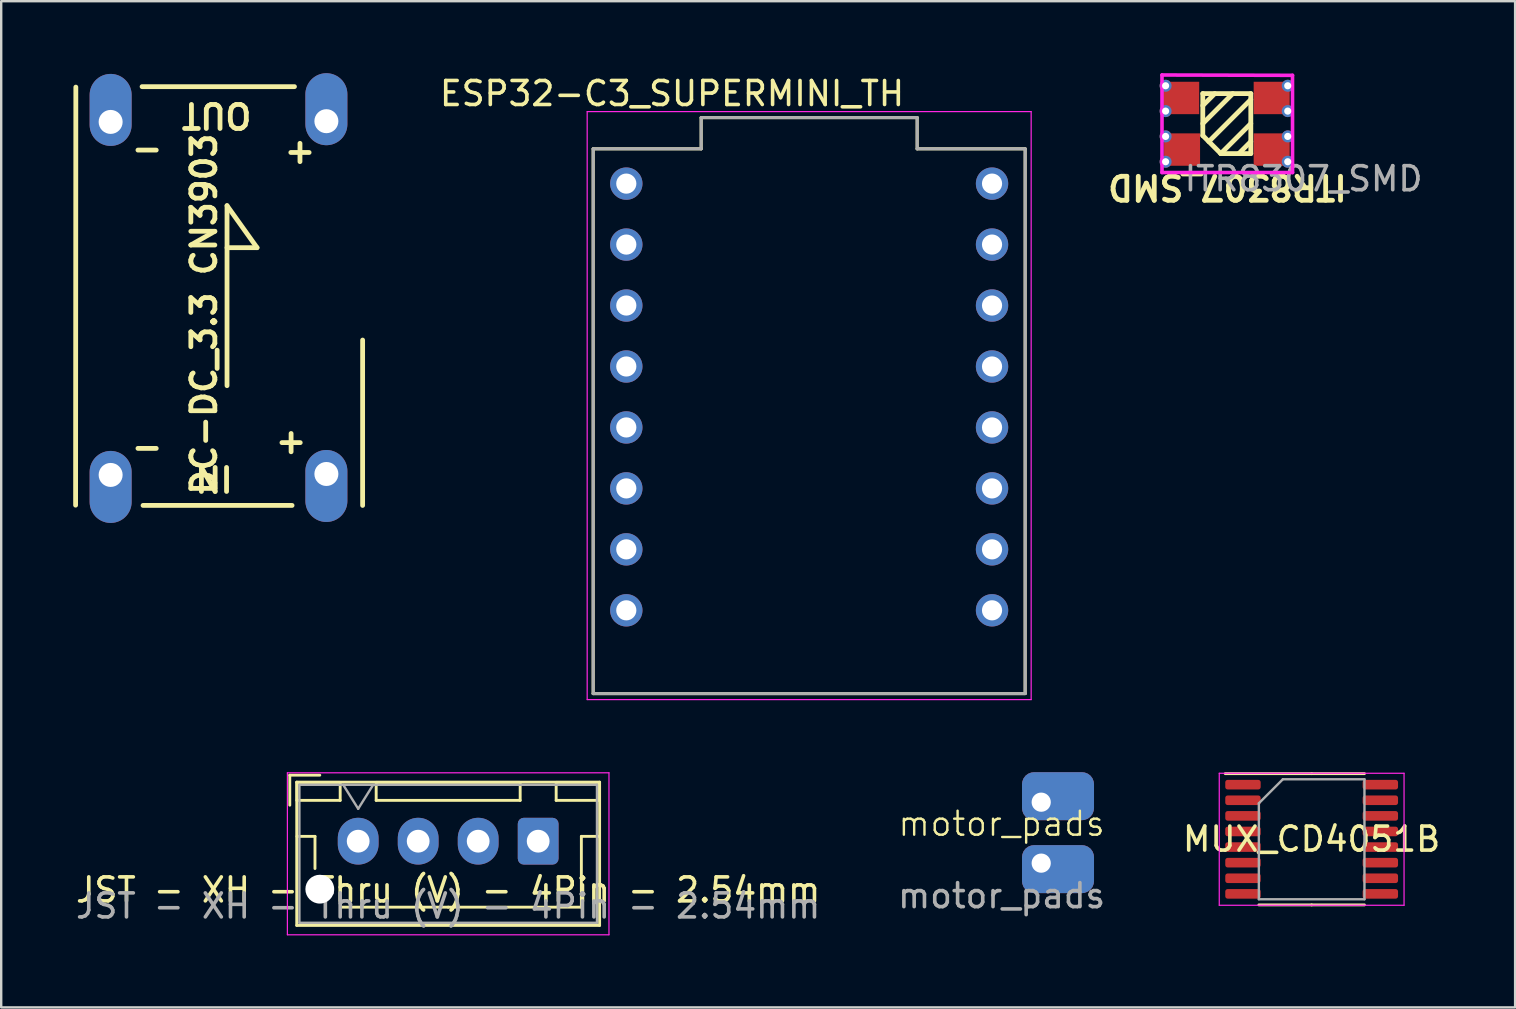
<source format=kicad_pcb>
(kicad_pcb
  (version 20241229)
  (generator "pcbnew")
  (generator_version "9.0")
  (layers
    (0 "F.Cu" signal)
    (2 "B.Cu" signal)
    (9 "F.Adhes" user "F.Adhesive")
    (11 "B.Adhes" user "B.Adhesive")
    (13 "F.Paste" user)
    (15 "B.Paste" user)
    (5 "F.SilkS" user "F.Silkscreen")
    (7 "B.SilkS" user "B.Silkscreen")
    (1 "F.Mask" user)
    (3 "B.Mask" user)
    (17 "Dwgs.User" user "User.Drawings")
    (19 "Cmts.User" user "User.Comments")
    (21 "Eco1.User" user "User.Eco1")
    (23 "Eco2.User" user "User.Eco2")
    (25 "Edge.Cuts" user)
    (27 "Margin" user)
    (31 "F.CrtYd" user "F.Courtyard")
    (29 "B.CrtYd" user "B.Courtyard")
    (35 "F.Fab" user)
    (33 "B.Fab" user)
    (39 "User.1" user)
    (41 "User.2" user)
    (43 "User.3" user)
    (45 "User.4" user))
  (footprint "JST - XH - Thru (V) - 4Pin - 2.54mm"
    (layer "F.Cu")
    (at 11.875 32.001)
    (property "Reference" "JST - XH - Thru (V) - 4Pin - 2.54mm" (at 3.75 2.032 0) (layer "F.SilkS") (effects (font (size 1 1) (thickness 0.15))))
    (attr through_hole)
    (fp_line (start -2.85 -2.75) (end -2.85 -1.5) (stroke (width 0.12) (type solid)) (layer "F.SilkS"))
    (fp_line (start -2.56 -2.46) (end -2.56 3.51) (stroke (width 0.12) (type solid)) (layer "F.SilkS"))
    (fp_line (start -2.56 3.51) (end 10.06 3.51) (stroke (width 0.12) (type solid)) (layer "F.SilkS"))
    (fp_line (start -2.55 -2.45) (end -2.55 -1.7) (stroke (width 0.12) (type solid)) (layer "F.SilkS"))
    (fp_line (start -2.55 -1.7) (end -0.75 -1.7) (stroke (width 0.12) (type solid)) (layer "F.SilkS"))
    (fp_line (start -2.55 -0.2) (end -1.8 -0.2) (stroke (width 0.12) (type solid)) (layer "F.SilkS"))
    (fp_line (start -1.8 -0.2) (end -1.8 1.14) (stroke (width 0.12) (type solid)) (layer "F.SilkS"))
    (fp_line (start -1.6 -2.75) (end -2.85 -2.75) (stroke (width 0.12) (type solid)) (layer "F.SilkS"))
    (fp_line (start -0.75 -2.45) (end -2.55 -2.45) (stroke (width 0.12) (type solid)) (layer "F.SilkS"))
    (fp_line (start -0.75 -1.7) (end -0.75 -2.45) (stroke (width 0.12) (type solid)) (layer "F.SilkS"))
    (fp_line (start 0.75 -2.45) (end 0.75 -1.7) (stroke (width 0.12) (type solid)) (layer "F.SilkS"))
    (fp_line (start 0.75 -1.7) (end 6.75 -1.7) (stroke (width 0.12) (type solid)) (layer "F.SilkS"))
    (fp_line (start 3.75 2.75) (end -0.74 2.75) (stroke (width 0.12) (type solid)) (layer "F.SilkS"))
    (fp_line (start 6.75 -2.45) (end 0.75 -2.45) (stroke (width 0.12) (type solid)) (layer "F.SilkS"))
    (fp_line (start 6.75 -1.7) (end 6.75 -2.45) (stroke (width 0.12) (type solid)) (layer "F.SilkS"))
    (fp_line (start 8.25 -2.45) (end 8.25 -1.7) (stroke (width 0.12) (type solid)) (layer "F.SilkS"))
    (fp_line (start 8.25 -1.7) (end 10.05 -1.7) (stroke (width 0.12) (type solid)) (layer "F.SilkS"))
    (fp_line (start 9.3 -0.2) (end 9.3 2.75) (stroke (width 0.12) (type solid)) (layer "F.SilkS"))
    (fp_line (start 9.3 2.75) (end 3.75 2.75) (stroke (width 0.12) (type solid)) (layer "F.SilkS"))
    (fp_line (start 10.05 -2.45) (end 8.25 -2.45) (stroke (width 0.12) (type solid)) (layer "F.SilkS"))
    (fp_line (start 10.05 -1.7) (end 10.05 -2.45) (stroke (width 0.12) (type solid)) (layer "F.SilkS"))
    (fp_line (start 10.05 -0.2) (end 9.3 -0.2) (stroke (width 0.12) (type solid)) (layer "F.SilkS"))
    (fp_line (start 10.06 -2.46) (end -2.56 -2.46) (stroke (width 0.12) (type solid)) (layer "F.SilkS"))
    (fp_line (start 10.06 3.51) (end 10.06 -2.46) (stroke (width 0.12) (type solid)) (layer "F.SilkS"))
    (fp_line (start -2.95 -2.85) (end -2.95 3.9) (stroke (width 0.05) (type solid)) (layer "F.CrtYd"))
    (fp_line (start -2.95 3.9) (end 10.45 3.9) (stroke (width 0.05) (type solid)) (layer "F.CrtYd"))
    (fp_line (start 10.45 -2.85) (end -2.95 -2.85) (stroke (width 0.05) (type solid)) (layer "F.CrtYd"))
    (fp_line (start 10.45 3.9) (end 10.45 -2.85) (stroke (width 0.05) (type solid)) (layer "F.CrtYd"))
    (fp_line (start -2.45 -2.35) (end -2.45 3.4) (stroke (width 0.1) (type solid)) (layer "F.Fab"))
    (fp_line (start -2.45 3.4) (end 9.95 3.4) (stroke (width 0.1) (type solid)) (layer "F.Fab"))
    (fp_line (start -0.625 -2.35) (end 0 -1.35) (stroke (width 0.1) (type solid)) (layer "F.Fab"))
    (fp_line (start 0 -1.35) (end 0.625 -2.35) (stroke (width 0.1) (type solid)) (layer "F.Fab"))
    (fp_line (start 9.95 -2.35) (end -2.45 -2.35) (stroke (width 0.1) (type solid)) (layer "F.Fab"))
    (fp_line (start 9.95 3.4) (end 9.95 -2.35) (stroke (width 0.1) (type solid)) (layer "F.Fab"))
    (fp_text user "${REFERENCE}" (at 3.75 2.7 0) (layer "F.Fab") (effects (font (size 1 1) (thickness 0.15))))
    (pad "" np_thru_hole circle (at -1.6 2) (size 1.2 1.2) (drill 1.2) (layers "*.Cu" "*.Mask"))
    (pad "1" thru_hole roundrect (at 7.5 0) (size 1.7 1.95) (drill 0.95) (layers "*.Cu" "*.Mask") (roundrect_rratio 0.147))
    (pad "2" thru_hole oval (at 5 0) (size 1.7 1.95) (drill 0.95) (layers "*.Cu" "*.Mask"))
    (pad "3" thru_hole oval (at 2.5 0) (size 1.7 1.95) (drill 0.95) (layers "*.Cu" "*.Mask"))
    (pad "4" thru_hole oval (at 0 0) (size 1.7 1.95) (drill 0.95) (layers "*.Cu" "*.Mask")))
  (footprint "DC-DC_3.3 CN3903"
    (layer "F.Cu")
    (at 6.11 9.72)
    (property "Reference" "DC-DC_3.3 CN3903" (at -0.66 0.32 90) (unlocked yes) (layer "F.SilkS") (effects (font (size 1 1) (thickness 0.2) (bold yes))))
    (attr through_hole)
    (fp_line (start -6.01 8.28) (end -6 -9.14) (stroke (width 0.2) (type default)) (layer "F.SilkS"))
    (fp_line (start -3.24 -9.16) (end 3.11 -9.16) (stroke (width 0.2) (type default)) (layer "F.SilkS"))
    (fp_line (start 0.3 -2.45) (end 1.55 -2.45) (stroke (width 0.2) (type default)) (layer "F.SilkS"))
    (fp_line (start 0.3 3.3) (end 0.3 -4.2) (stroke (width 0.2) (type default)) (layer "F.SilkS"))
    (fp_line (start 1.55 -2.45) (end 0.3 -4.2) (stroke (width 0.2) (type default)) (layer "F.SilkS"))
    (fp_line (start 3.01 8.29) (end -3.2 8.29) (stroke (width 0.2) (type default)) (layer "F.SilkS"))
    (fp_line (start 5.95 1.4) (end 5.95 8.29) (stroke (width 0.2) (type default)) (layer "F.SilkS"))
    (fp_text user "+" (at 3.72 5.16 180) (unlocked yes) (layer "F.SilkS") (effects (font (size 1 1) (thickness 0.2) (bold yes)) (justify left bottom)))
    (fp_text user "-" (at -2.28 5.4 180) (unlocked yes) (layer "F.SilkS") (effects (font (size 1 1) (thickness 0.2) (bold yes)) (justify left bottom)))
    (fp_text user "+" (at 4.09 -6.93 180) (unlocked yes) (layer "F.SilkS") (effects (font (size 1 1) (thickness 0.2) (bold yes)) (justify left bottom)))
    (fp_text user "IN" (at 0.65 6.575 180) (unlocked yes) (layer "F.SilkS") (effects (font (size 1 1) (thickness 0.2) (bold yes)) (justify left bottom)))
    (fp_text user "-" (at -2.28 -7.03 180) (unlocked yes) (layer "F.SilkS") (effects (font (size 1 1) (thickness 0.2) (bold yes)) (justify left bottom)))
    (fp_text user "OUT" (at 1.425 -8.55 180) (unlocked yes) (layer "F.SilkS") (effects (font (size 1 1) (thickness 0.2) (bold yes)) (justify left bottom)))
    (pad "1" thru_hole oval (at 4.44 6.98) (size 1.75 3) (drill 1 (offset 0 0.5)) (layers "*.Cu" "*.Mask"))
    (pad "2" thru_hole oval (at -4.55 7.02) (size 1.75 3) (drill 1 (offset 0 0.5)) (layers "*.Cu" "*.Mask"))
    (pad "3" thru_hole oval (at 4.44 -7.72 180) (size 1.75 3) (drill 1 (offset 0 0.5)) (layers "*.Cu" "*.Mask"))
    (pad "4" thru_hole oval (at -4.55 -7.69 180) (size 1.75 3) (drill 1 (offset 0 0.5)) (layers "*.Cu" "*.Mask")))
  (footprint "ESP32-C3_SUPERMINI_TH"
    (layer "F.Cu")
    (at 30.667 14.501)
    (property "Reference" "ESP32-C3_SUPERMINI_TH" (at -5.715 -13.652 0) (layer "F.SilkS") (effects (font (size 1 1) (thickness 0.15))))
    (attr through_hole)
    (fp_line (start -9 11.35) (end -9 -11.35) (stroke (width 0.127) (type solid)) (layer "F.SilkS"))
    (fp_line (start -4.5 -12.65) (end -4.5 -11.35) (stroke (width 0.127) (type solid)) (layer "F.SilkS"))
    (fp_line (start -4.5 -11.35) (end -9 -11.35) (stroke (width 0.127) (type solid)) (layer "F.SilkS"))
    (fp_line (start 4.5 -12.65) (end -4.5 -12.65) (stroke (width 0.127) (type solid)) (layer "F.SilkS"))
    (fp_line (start 4.5 -12.65) (end 4.5 -11.35) (stroke (width 0.127) (type solid)) (layer "F.SilkS"))
    (fp_line (start 9 -11.35) (end 4.5 -11.35) (stroke (width 0.127) (type solid)) (layer "F.SilkS"))
    (fp_line (start 9 11.35) (end -9 11.35) (stroke (width 0.127) (type solid)) (layer "F.SilkS"))
    (fp_line (start 9 11.35) (end 9 -11.35) (stroke (width 0.127) (type solid)) (layer "F.SilkS"))
    (fp_line (start -9.25 -12.9) (end 9.25 -12.9) (stroke (width 0.05) (type solid)) (layer "F.CrtYd"))
    (fp_line (start -9.25 11.6) (end -9.25 -12.9) (stroke (width 0.05) (type solid)) (layer "F.CrtYd"))
    (fp_line (start 9.25 -12.9) (end 9.25 11.6) (stroke (width 0.05) (type solid)) (layer "F.CrtYd"))
    (fp_line (start 9.25 11.6) (end -9.25 11.6) (stroke (width 0.05) (type solid)) (layer "F.CrtYd"))
    (fp_line (start -9 11.35) (end -9 -11.35) (stroke (width 0.127) (type solid)) (layer "F.Fab"))
    (fp_line (start -4.5 -12.65) (end -4.5 -11.35) (stroke (width 0.127) (type solid)) (layer "F.Fab"))
    (fp_line (start -4.5 -11.35) (end -9 -11.35) (stroke (width 0.127) (type solid)) (layer "F.Fab"))
    (fp_line (start 4.5 -12.65) (end -4.5 -12.65) (stroke (width 0.127) (type solid)) (layer "F.Fab"))
    (fp_line (start 4.5 -12.65) (end 4.5 -11.35) (stroke (width 0.127) (type solid)) (layer "F.Fab"))
    (fp_line (start 9 -11.35) (end 4.5 -11.35) (stroke (width 0.127) (type solid)) (layer "F.Fab"))
    (fp_line (start 9 11.35) (end -9 11.35) (stroke (width 0.127) (type solid)) (layer "F.Fab"))
    (fp_line (start 9 11.35) (end 9 -11.35) (stroke (width 0.127) (type solid)) (layer "F.Fab"))
    (pad "0" thru_hole circle (at 7.62 7.88) (size 1.348 1.348) (drill 0.84) (layers "*.Cu" "*.Mask"))
    (pad "1" thru_hole circle (at 7.62 5.34) (size 1.348 1.348) (drill 0.84) (layers "*.Cu" "*.Mask"))
    (pad "2" thru_hole circle (at 7.62 2.8) (size 1.348 1.348) (drill 0.84) (layers "*.Cu" "*.Mask"))
    (pad "3" thru_hole circle (at 7.62 0.26) (size 1.348 1.348) (drill 0.84) (layers "*.Cu" "*.Mask"))
    (pad "3.3" thru_hole circle (at 7.62 -4.82) (size 1.348 1.348) (drill 0.84) (layers "*.Cu" "*.Mask"))
    (pad "4" thru_hole circle (at 7.62 -2.28) (size 1.348 1.348) (drill 0.84) (layers "*.Cu" "*.Mask"))
    (pad "5" thru_hole circle (at -7.62 -9.9) (size 1.348 1.348) (drill 0.84) (layers "*.Cu" "*.Mask"))
    (pad "5V" thru_hole circle (at 7.62 -9.9) (size 1.348 1.348) (drill 0.84) (layers "*.Cu" "*.Mask"))
    (pad "6" thru_hole circle (at -7.62 -7.36) (size 1.348 1.348) (drill 0.84) (layers "*.Cu" "*.Mask"))
    (pad "7" thru_hole circle (at -7.62 -4.82) (size 1.348 1.348) (drill 0.84) (layers "*.Cu" "*.Mask"))
    (pad "8" thru_hole circle (at -7.62 -2.28) (size 1.348 1.348) (drill 0.84) (layers "*.Cu" "*.Mask"))
    (pad "9" thru_hole circle (at -7.62 0.26) (size 1.348 1.348) (drill 0.84) (layers "*.Cu" "*.Mask"))
    (pad "10" thru_hole circle (at -7.62 2.8) (size 1.348 1.348) (drill 0.84) (layers "*.Cu" "*.Mask"))
    (pad "20" thru_hole circle (at -7.62 5.34) (size 1.348 1.348) (drill 0.84) (layers "*.Cu" "*.Mask"))
    (pad "21" thru_hole circle (at -7.62 7.88) (size 1.348 1.348) (drill 0.84) (layers "*.Cu" "*.Mask"))
    (pad "G" thru_hole circle (at 7.62 -7.36) (size 1.348 1.348) (drill 0.84) (layers "*.Cu" "*.Mask")))
  (footprint "ITR8307_SMD"
    (layer "F.Cu")
    (at 48.069 2.099)
    (property "Reference" "ITR8307_SMD" (at 0.025 2.649 180) (unlocked yes) (layer "F.SilkS") (effects (font (size 1 1) (thickness 0.2) (bold yes))))
    (attr smd)
    (fp_line (start -1 -1.25) (end 1 -1.25) (stroke (width 0.2) (type default)) (layer "F.SilkS"))
    (fp_line (start -1 -0.75) (end -0.5 -1.25) (stroke (width 0.2) (type default)) (layer "F.SilkS"))
    (fp_line (start -1 0) (end 0.25 -1.25) (stroke (width 0.2) (type default)) (layer "F.SilkS"))
    (fp_line (start -1 0.5) (end -1 -1.25) (stroke (width 0.2) (type default)) (layer "F.SilkS"))
    (fp_line (start -0.75 0.75) (end 1 -1) (stroke (width 0.2) (type default)) (layer "F.SilkS"))
    (fp_line (start -0.25 1.25) (end -1 0.5) (stroke (width 0.2) (type default)) (layer "F.SilkS"))
    (fp_line (start 0.5 1.25) (end 1 0.75) (stroke (width 0.2) (type default)) (layer "F.SilkS"))
    (fp_line (start 1 -1.25) (end 1 1.25) (stroke (width 0.2) (type default)) (layer "F.SilkS"))
    (fp_line (start 1 0) (end -0.25 1.25) (stroke (width 0.2) (type default)) (layer "F.SilkS"))
    (fp_line (start 1 1.25) (end -0.25 1.25) (stroke (width 0.2) (type default)) (layer "F.SilkS"))
    (fp_line (start -2.7 -2.024) (end 2.738 -2.01) (stroke (width 0.15) (type solid)) (layer "F.CrtYd"))
    (fp_line (start -2.7 2.04) (end -2.7 -2.024) (stroke (width 0.15) (type solid)) (layer "F.CrtYd"))
    (fp_line (start 2.738 -2.01) (end 2.74 2.04) (stroke (width 0.15) (type solid)) (layer "F.CrtYd"))
    (fp_line (start 2.74 2.04) (end -2.7 2.04) (stroke (width 0.15) (type solid)) (layer "F.CrtYd"))
    (fp_text user "${REFERENCE}" (at 3.2 2.3 0) (unlocked yes) (layer "F.Fab") (effects (font (size 1 1) (thickness 0.15))))
    (pad "1" thru_hole circle (at -2.55 0.535 180) (size 0.5 0.5) (drill 0.3) (layers "*.Cu" "*.Mask"))
    (pad "1" thru_hole circle (at -2.55 1.59 180) (size 0.5 0.5) (drill 0.3) (layers "*.Cu" "*.Mask"))
    (pad "1" smd rect (at -1.864 1.083 180) (size 1.5 1.35) (layers "F.Cu" "F.Mask" "F.Paste"))
    (pad "2" smd rect (at 1.87 1.083 180) (size 1.5 1.35) (layers "F.Cu" "F.Mask" "F.Paste"))
    (pad "2" thru_hole circle (at 2.54 0.535 180) (size 0.5 0.5) (drill 0.3) (layers "*.Cu" "*.Mask"))
    (pad "2" thru_hole circle (at 2.54 1.59 180) (size 0.5 0.5) (drill 0.3) (layers "*.Cu" "*.Mask"))
    (pad "3" smd rect (at 1.87 -1.067 180) (size 1.5 1.35) (layers "F.Cu" "F.Mask" "F.Paste"))
    (pad "3" thru_hole circle (at 2.54 -1.575 180) (size 0.5 0.5) (drill 0.3) (layers "*.Cu" "*.Mask"))
    (pad "3" thru_hole circle (at 2.54 -0.52 180) (size 0.5 0.5) (drill 0.3) (layers "*.Cu" "*.Mask"))
    (pad "4" thru_hole circle (at -2.55 -1.575 180) (size 0.5 0.5) (drill 0.3) (layers "*.Cu" "*.Mask"))
    (pad "4" thru_hole circle (at -2.55 -0.52 180) (size 0.5 0.5) (drill 0.3) (layers "*.Cu" "*.Mask"))
    (pad "4" smd rect (at -1.9 -1.067 180) (size 1.5 1.35) (layers "F.Cu" "F.Mask" "F.Paste")))
  (footprint "motor_pads"
    (layer "F.Cu")
    (at 38.685 31.773)
    (property "Reference" "motor_pads" (at 0 -0.5 0) (unlocked yes) (layer "F.SilkS") (effects (font (size 1 1) (thickness 0.1))))
    (attr through_hole)
    (fp_text user "${REFERENCE}" (at 0 2.5 0) (unlocked yes) (layer "F.Fab") (effects (font (size 1 1) (thickness 0.15))))
    (pad "1" thru_hole roundrect (at 1.651 -1.397) (size 3 2) (drill 0.8 (offset 0.7 -0.25)) (layers "*.Cu" "*.Mask") (roundrect_rratio 0.25))
    (pad "2" thru_hole roundrect (at 1.651 1.143) (size 3 2) (drill 0.8 (offset 0.7 0.25)) (layers "*.Cu" "*.Mask") (roundrect_rratio 0.25)))
  (footprint "MUX_CD4051B"
    (layer "F.Cu")
    (at 51.605 31.921)
    (property "Reference" "MUX_CD4051B" (at -0.004 -0.005 0) (layer "F.SilkS") (effects (font (size 1 1) (thickness 0.15))))
    (attr smd)
    (fp_line (start 0 -2.735) (end -3.6 -2.735) (stroke (width 0.12) (type solid)) (layer "F.SilkS"))
    (fp_line (start 0 -2.735) (end 2.2 -2.735) (stroke (width 0.12) (type solid)) (layer "F.SilkS"))
    (fp_line (start 0 2.735) (end -2.2 2.735) (stroke (width 0.12) (type solid)) (layer "F.SilkS"))
    (fp_line (start 0 2.735) (end 2.2 2.735) (stroke (width 0.12) (type solid)) (layer "F.SilkS"))
    (fp_line (start -3.85 -2.75) (end -3.85 2.75) (stroke (width 0.05) (type solid)) (layer "F.CrtYd"))
    (fp_line (start -3.85 2.75) (end 3.85 2.75) (stroke (width 0.05) (type solid)) (layer "F.CrtYd"))
    (fp_line (start 3.85 -2.75) (end -3.85 -2.75) (stroke (width 0.05) (type solid)) (layer "F.CrtYd"))
    (fp_line (start 3.85 2.75) (end 3.85 -2.75) (stroke (width 0.05) (type solid)) (layer "F.CrtYd"))
    (fp_line (start -2.2 -1.5) (end -1.2 -2.5) (stroke (width 0.1) (type solid)) (layer "F.Fab"))
    (fp_line (start -2.2 2.5) (end -2.2 -1.5) (stroke (width 0.1) (type solid)) (layer "F.Fab"))
    (fp_line (start -1.2 -2.5) (end 2.2 -2.5) (stroke (width 0.1) (type solid)) (layer "F.Fab"))
    (fp_line (start 2.2 -2.5) (end 2.2 2.5) (stroke (width 0.1) (type solid)) (layer "F.Fab"))
    (fp_line (start 2.2 2.5) (end -2.2 2.5) (stroke (width 0.1) (type solid)) (layer "F.Fab"))
    (pad "1" smd roundrect (at -2.862 -2.275) (size 1.475 0.4) (layers "F.Cu" "F.Mask" "F.Paste") (roundrect_rratio 0.25))
    (pad "2" smd roundrect (at -2.862 -1.625) (size 1.475 0.4) (layers "F.Cu" "F.Mask" "F.Paste") (roundrect_rratio 0.25))
    (pad "3" smd roundrect (at -2.862 -0.975) (size 1.475 0.4) (layers "F.Cu" "F.Mask" "F.Paste") (roundrect_rratio 0.25))
    (pad "4" smd roundrect (at -2.862 -0.325) (size 1.475 0.4) (layers "F.Cu" "F.Mask" "F.Paste") (roundrect_rratio 0.25))
    (pad "5" smd roundrect (at -2.862 0.325) (size 1.475 0.4) (layers "F.Cu" "F.Mask" "F.Paste") (roundrect_rratio 0.25))
    (pad "6" smd roundrect (at -2.862 0.975) (size 1.475 0.4) (layers "F.Cu" "F.Mask" "F.Paste") (roundrect_rratio 0.25))
    (pad "7" smd roundrect (at -2.862 1.625) (size 1.475 0.4) (layers "F.Cu" "F.Mask" "F.Paste") (roundrect_rratio 0.25))
    (pad "8" smd roundrect (at -2.862 2.275) (size 1.475 0.4) (layers "F.Cu" "F.Mask" "F.Paste") (roundrect_rratio 0.25))
    (pad "9" smd roundrect (at 2.862 2.275) (size 1.475 0.4) (layers "F.Cu" "F.Mask" "F.Paste") (roundrect_rratio 0.25))
    (pad "10" smd roundrect (at 2.862 1.625) (size 1.475 0.4) (layers "F.Cu" "F.Mask" "F.Paste") (roundrect_rratio 0.25))
    (pad "11" smd roundrect (at 2.862 0.975) (size 1.475 0.4) (layers "F.Cu" "F.Mask" "F.Paste") (roundrect_rratio 0.25))
    (pad "12" smd roundrect (at 2.862 0.325) (size 1.475 0.4) (layers "F.Cu" "F.Mask" "F.Paste") (roundrect_rratio 0.25))
    (pad "13" smd roundrect (at 2.862 -0.325) (size 1.475 0.4) (layers "F.Cu" "F.Mask" "F.Paste") (roundrect_rratio 0.25))
    (pad "14" smd roundrect (at 2.862 -0.975) (size 1.475 0.4) (layers "F.Cu" "F.Mask" "F.Paste") (roundrect_rratio 0.25))
    (pad "15" smd roundrect (at 2.862 -1.625) (size 1.475 0.4) (layers "F.Cu" "F.Mask" "F.Paste") (roundrect_rratio 0.25))
    (pad "16" smd roundrect (at 2.862 -2.275) (size 1.475 0.4) (layers "F.Cu" "F.Mask" "F.Paste") (roundrect_rratio 0.25)))
  (gr_rect
    (start -3 -3)
    (end 60.083 38.926)
    (stroke (width 0.1) (type default))
    (fill no)
    (layer "Edge.Cuts")))
</source>
